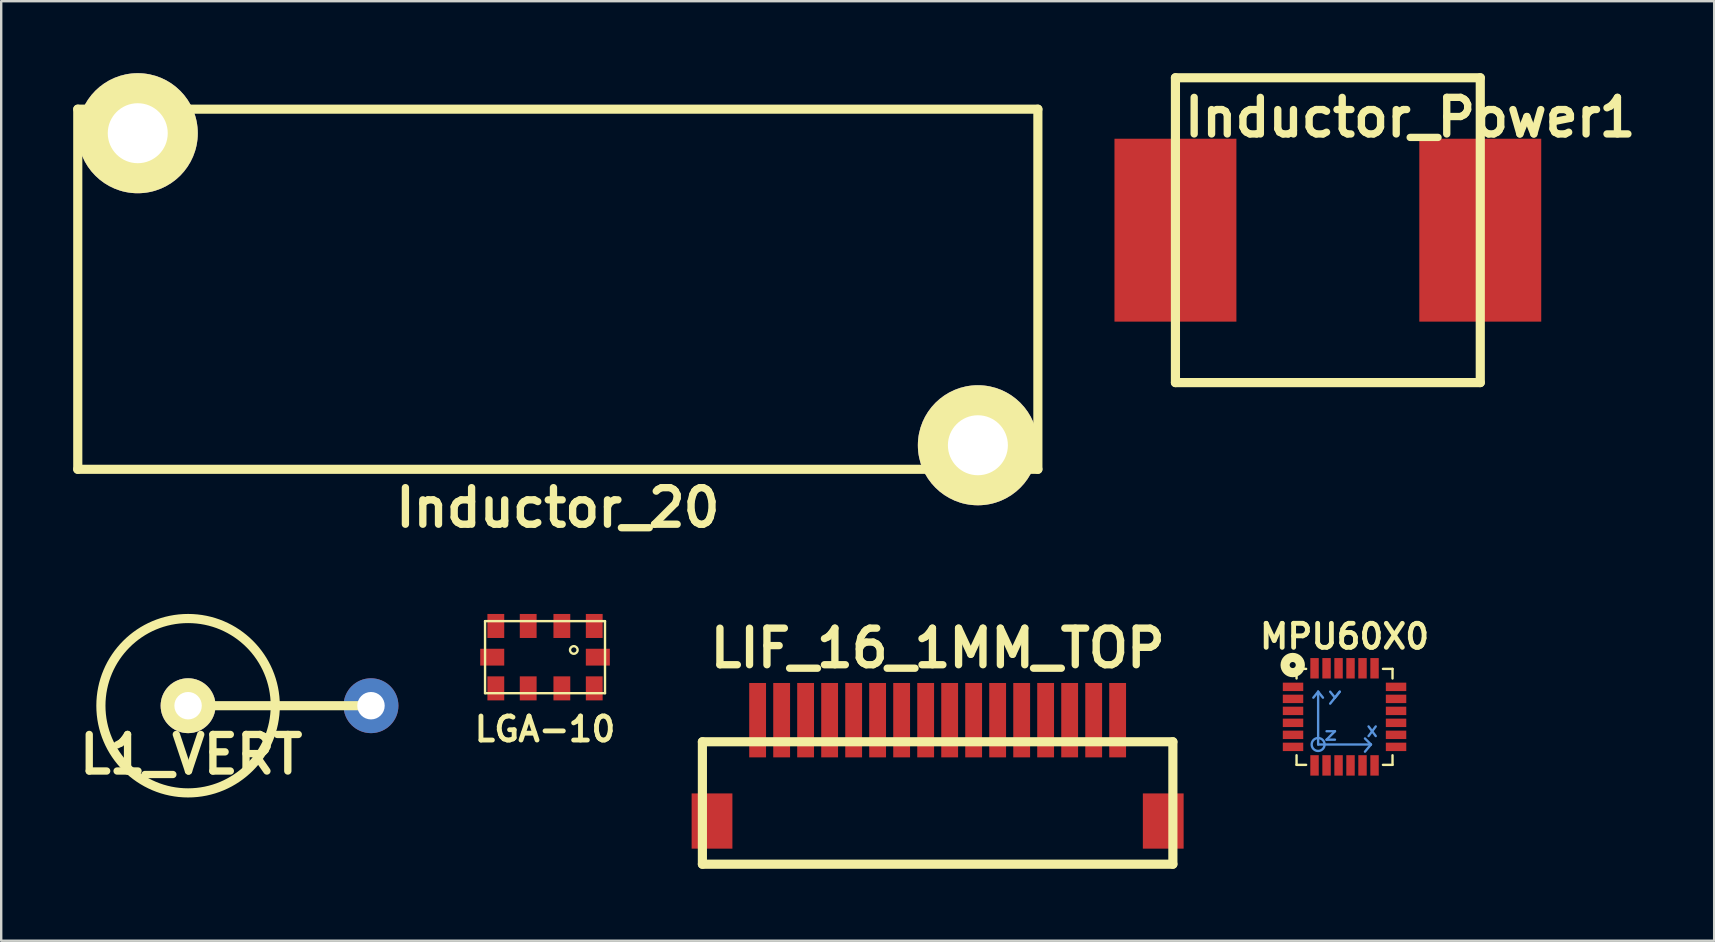
<source format=kicad_pcb>
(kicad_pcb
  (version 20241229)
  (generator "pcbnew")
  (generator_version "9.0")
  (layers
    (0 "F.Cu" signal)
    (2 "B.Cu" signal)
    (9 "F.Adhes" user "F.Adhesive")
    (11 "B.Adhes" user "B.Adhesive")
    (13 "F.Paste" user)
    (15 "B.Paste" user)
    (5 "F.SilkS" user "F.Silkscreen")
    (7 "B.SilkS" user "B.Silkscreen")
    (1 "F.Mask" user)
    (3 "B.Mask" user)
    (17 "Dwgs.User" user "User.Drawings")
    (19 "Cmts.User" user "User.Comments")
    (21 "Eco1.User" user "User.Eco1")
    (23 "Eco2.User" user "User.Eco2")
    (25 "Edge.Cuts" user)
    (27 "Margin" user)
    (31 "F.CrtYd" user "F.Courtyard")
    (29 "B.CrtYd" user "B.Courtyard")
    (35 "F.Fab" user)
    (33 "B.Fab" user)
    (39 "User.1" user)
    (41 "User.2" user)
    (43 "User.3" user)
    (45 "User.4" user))
  (footprint "LGA-10"
    (layer "F.Cu")
    (at 19.657 24.329)
    (property "Reference" "LGA-10" (at 0 3 0) (layer "F.SilkS") (effects (font (size 1.001 1.001) (thickness 0.201))))
    (attr through_hole)
    (fp_line (start -2.499 -1.501) (end 2.499 -1.501) (stroke (width 0.099) (type solid)) (layer "F.SilkS"))
    (fp_line (start -2.499 1.501) (end -2.499 -1.501) (stroke (width 0.099) (type solid)) (layer "F.SilkS"))
    (fp_line (start 2.499 -1.501) (end 2.499 1.501) (stroke (width 0.099) (type solid)) (layer "F.SilkS"))
    (fp_line (start 2.499 1.501) (end -2.499 1.501) (stroke (width 0.099) (type solid)) (layer "F.SilkS"))
    (fp_circle (center 1.199 -0.3) (end 1.148 -0.15) (stroke (width 0.099) (type solid)) (fill no) (layer "F.SilkS"))
    (pad "1" smd rect (at 2.05 -1.3) (size 0.701 1.001) (layers "F.Cu" "F.Mask" "F.Paste"))
    (pad "2" smd rect (at 0.701 -1.3) (size 0.701 1.001) (layers "F.Cu" "F.Mask" "F.Paste"))
    (pad "3" smd rect (at -0.701 -1.3) (size 0.701 1.001) (layers "F.Cu" "F.Mask" "F.Paste"))
    (pad "4" smd rect (at -2.05 -1.3) (size 0.701 1.001) (layers "F.Cu" "F.Mask" "F.Paste"))
    (pad "5" smd rect (at -2.2 0 90) (size 0.701 1.001) (layers "F.Cu" "F.Mask" "F.Paste"))
    (pad "6" smd rect (at -2.05 1.3 180) (size 0.701 1.001) (layers "F.Cu" "F.Mask" "F.Paste"))
    (pad "7" smd rect (at -0.701 1.3 180) (size 0.701 1.001) (layers "F.Cu" "F.Mask" "F.Paste"))
    (pad "8" smd rect (at 0.701 1.3 180) (size 0.701 1.001) (layers "F.Cu" "F.Mask" "F.Paste"))
    (pad "9" smd rect (at 2.05 1.3 180) (size 0.701 1.001) (layers "F.Cu" "F.Mask" "F.Paste"))
    (pad "10" smd rect (at 2.2 0 270) (size 0.701 1.001) (layers "F.Cu" "F.Mask" "F.Paste")))
  (footprint "MPU60X0"
    (layer "F.Cu")
    (at 52.966 26.816)
    (property "Reference" "MPU60X0" (at 0 -3.35 0) (layer "F.SilkS") (effects (font (size 1.001 1.001) (thickness 0.201))))
    (attr through_hole)
    (fp_line (start -1.999 -1.999) (end -1.999 -1.6) (stroke (width 0.099) (type solid)) (layer "F.SilkS"))
    (fp_line (start -1.999 1.999) (end -1.999 1.6) (stroke (width 0.099) (type solid)) (layer "F.SilkS"))
    (fp_line (start -1.6 -1.999) (end -1.999 -1.999) (stroke (width 0.099) (type solid)) (layer "F.SilkS"))
    (fp_line (start -1.6 1.999) (end -1.999 1.999) (stroke (width 0.099) (type solid)) (layer "F.SilkS"))
    (fp_line (start 1.6 -1.999) (end 1.999 -1.999) (stroke (width 0.099) (type solid)) (layer "F.SilkS"))
    (fp_line (start 1.999 -1.999) (end 1.999 -1.6) (stroke (width 0.099) (type solid)) (layer "F.SilkS"))
    (fp_line (start 1.999 1.6) (end 1.999 1.999) (stroke (width 0.099) (type solid)) (layer "F.SilkS"))
    (fp_line (start 1.999 1.999) (end 1.6 1.999) (stroke (width 0.099) (type solid)) (layer "F.SilkS"))
    (fp_circle (center -2.159 -2.159) (end -2.159 -2.032) (stroke (width 0.381) (type solid)) (fill no) (layer "F.SilkS"))
    (fp_line (start -1.1 -1.049) (end -1.3 -0.8) (stroke (width 0.099) (type solid)) (layer "Cmts.User"))
    (fp_line (start -1.1 -1.049) (end -1.1 1.151) (stroke (width 0.099) (type solid)) (layer "Cmts.User"))
    (fp_line (start -1.1 -1.049) (end -0.899 -0.8) (stroke (width 0.099) (type solid)) (layer "Cmts.User"))
    (fp_line (start -1.1 1.151) (end 1.1 1.151) (stroke (width 0.099) (type solid)) (layer "Cmts.User"))
    (fp_line (start -0.749 0.599) (end -0.399 0.599) (stroke (width 0.099) (type solid)) (layer "Cmts.User"))
    (fp_line (start -0.749 0.95) (end -0.399 0.95) (stroke (width 0.099) (type solid)) (layer "Cmts.User"))
    (fp_line (start -0.599 -1.049) (end -0.399 -0.8) (stroke (width 0.099) (type solid)) (layer "Cmts.User"))
    (fp_line (start -0.399 -0.8) (end -0.201 -1.049) (stroke (width 0.099) (type solid)) (layer "Cmts.User"))
    (fp_line (start -0.399 0.599) (end -0.749 0.95) (stroke (width 0.099) (type solid)) (layer "Cmts.User"))
    (fp_line (start -0.201 -1.049) (end -0.599 -0.551) (stroke (width 0.099) (type solid)) (layer "Cmts.User"))
    (fp_line (start 0.851 1.45) (end 1.1 1.151) (stroke (width 0.099) (type solid)) (layer "Cmts.User"))
    (fp_line (start 1.001 0.399) (end 1.3 0.8) (stroke (width 0.099) (type solid)) (layer "Cmts.User"))
    (fp_line (start 1.001 0.8) (end 1.3 0.399) (stroke (width 0.099) (type solid)) (layer "Cmts.User"))
    (fp_line (start 1.1 1.151) (end 0.851 0.899) (stroke (width 0.099) (type solid)) (layer "Cmts.User"))
    (fp_circle (center -1.1 1.151) (end -0.851 1.049) (stroke (width 0.099) (type solid)) (fill no) (layer "Cmts.User"))
    (pad "1" smd rect (at -2.146 -1.25) (size 0.851 0.351) (layers "F.Cu" "F.Mask" "F.Paste"))
    (pad "2" smd rect (at -2.146 -0.749) (size 0.851 0.351) (layers "F.Cu" "F.Mask" "F.Paste"))
    (pad "3" smd rect (at -2.146 -0.249) (size 0.851 0.351) (layers "F.Cu" "F.Mask" "F.Paste"))
    (pad "4" smd rect (at -2.146 0.249) (size 0.851 0.351) (layers "F.Cu" "F.Mask" "F.Paste"))
    (pad "5" smd rect (at -2.146 0.749) (size 0.851 0.351) (layers "F.Cu" "F.Mask" "F.Paste"))
    (pad "6" smd rect (at -2.146 1.25) (size 0.851 0.351) (layers "F.Cu" "F.Mask" "F.Paste"))
    (pad "7" smd rect (at -1.25 2.022 90) (size 0.851 0.351) (layers "F.Cu" "F.Mask" "F.Paste"))
    (pad "8" smd rect (at -0.749 2.022 90) (size 0.851 0.351) (layers "F.Cu" "F.Mask" "F.Paste"))
    (pad "9" smd rect (at -0.249 2.022 90) (size 0.851 0.351) (layers "F.Cu" "F.Mask" "F.Paste"))
    (pad "10" smd rect (at 0.249 2.022 90) (size 0.851 0.351) (layers "F.Cu" "F.Mask" "F.Paste"))
    (pad "11" smd rect (at 0.749 2.022 90) (size 0.851 0.351) (layers "F.Cu" "F.Mask" "F.Paste"))
    (pad "12" smd rect (at 1.25 2.022 90) (size 0.851 0.351) (layers "F.Cu" "F.Mask" "F.Paste"))
    (pad "13" smd rect (at 2.146 1.25) (size 0.851 0.351) (layers "F.Cu" "F.Mask" "F.Paste"))
    (pad "14" smd rect (at 2.146 0.749) (size 0.851 0.351) (layers "F.Cu" "F.Mask" "F.Paste"))
    (pad "15" smd rect (at 2.146 0.249) (size 0.851 0.351) (layers "F.Cu" "F.Mask" "F.Paste"))
    (pad "16" smd rect (at 2.146 -0.249) (size 0.851 0.351) (layers "F.Cu" "F.Mask" "F.Paste"))
    (pad "17" smd rect (at 2.146 -0.749) (size 0.851 0.351) (layers "F.Cu" "F.Mask" "F.Paste"))
    (pad "18" smd rect (at 2.146 -1.25) (size 0.851 0.351) (layers "F.Cu" "F.Mask" "F.Paste"))
    (pad "19" smd rect (at 1.25 -2.024 90) (size 0.851 0.351) (layers "F.Cu" "F.Mask" "F.Paste"))
    (pad "20" smd rect (at 0.749 -2.024 90) (size 0.851 0.351) (layers "F.Cu" "F.Mask" "F.Paste"))
    (pad "21" smd rect (at 0.249 -2.024 90) (size 0.851 0.351) (layers "F.Cu" "F.Mask" "F.Paste"))
    (pad "22" smd rect (at -0.249 -2.024 90) (size 0.851 0.351) (layers "F.Cu" "F.Mask" "F.Paste"))
    (pad "23" smd rect (at -0.749 -2.024 90) (size 0.851 0.351) (layers "F.Cu" "F.Mask" "F.Paste"))
    (pad "24" smd rect (at -1.25 -2.024 90) (size 0.851 0.351) (layers "F.Cu" "F.Mask" "F.Paste")))
  (footprint "LIF_16_1MM_TOP"
    (layer "F.Cu")
    (at 36.015 29.154)
    (property "Reference" "LIF_16_1MM_TOP" (at 0 -5.199 0) (layer "F.SilkS") (effects (font (size 1.524 1.524) (thickness 0.305))))
    (attr through_hole)
    (fp_line (start -9.802 -1.3) (end 9.799 -1.3) (stroke (width 0.381) (type solid)) (layer "F.SilkS"))
    (fp_line (start -9.802 3.8) (end -9.802 -1.3) (stroke (width 0.381) (type solid)) (layer "F.SilkS"))
    (fp_line (start 9.799 -1.3) (end 9.799 3.8) (stroke (width 0.381) (type solid)) (layer "F.SilkS"))
    (fp_line (start 9.799 3.8) (end -9.802 3.8) (stroke (width 0.381) (type solid)) (layer "F.SilkS"))
    (pad "1" smd rect (at 7.498 -2.2) (size 0.701 3.099) (layers "F.Cu" "F.Mask" "F.Paste"))
    (pad "2" smd rect (at 6.5 -2.2) (size 0.701 3.099) (layers "F.Cu" "F.Mask" "F.Paste"))
    (pad "3" smd rect (at 5.499 -2.2) (size 0.701 3.099) (layers "F.Cu" "F.Mask" "F.Paste"))
    (pad "4" smd rect (at 4.498 -2.2) (size 0.701 3.099) (layers "F.Cu" "F.Mask" "F.Paste"))
    (pad "5" smd rect (at 3.5 -2.2) (size 0.701 3.099) (layers "F.Cu" "F.Mask" "F.Paste"))
    (pad "6" smd rect (at 2.499 -2.2) (size 0.701 3.099) (layers "F.Cu" "F.Mask" "F.Paste"))
    (pad "7" smd rect (at 1.499 -2.2) (size 0.701 3.099) (layers "F.Cu" "F.Mask" "F.Paste"))
    (pad "8" smd rect (at 0.5 -2.2) (size 0.701 3.099) (layers "F.Cu" "F.Mask" "F.Paste"))
    (pad "9" smd rect (at -0.5 -2.2) (size 0.701 3.099) (layers "F.Cu" "F.Mask" "F.Paste"))
    (pad "10" smd rect (at -1.501 -2.2) (size 0.701 3.099) (layers "F.Cu" "F.Mask" "F.Paste"))
    (pad "11" smd rect (at -2.502 -2.2) (size 0.701 3.099) (layers "F.Cu" "F.Mask" "F.Paste"))
    (pad "12" smd rect (at -3.5 -2.2) (size 0.701 3.099) (layers "F.Cu" "F.Mask" "F.Paste"))
    (pad "13" smd rect (at -4.501 -2.2) (size 0.701 3.099) (layers "F.Cu" "F.Mask" "F.Paste"))
    (pad "14" smd rect (at -5.502 -2.2) (size 0.701 3.099) (layers "F.Cu" "F.Mask" "F.Paste"))
    (pad "15" smd rect (at -6.5 -2.2) (size 0.701 3.099) (layers "F.Cu" "F.Mask" "F.Paste"))
    (pad "16" smd rect (at -7.501 -2.2) (size 0.701 3.099) (layers "F.Cu" "F.Mask" "F.Paste"))
    (pad "17" smd rect (at -9.401 2.002) (size 1.699 2.301) (layers "F.Cu" "F.Mask" "F.Paste"))
    (pad "18" smd rect (at 9.398 2.002) (size 1.699 2.301) (layers "F.Cu" "F.Mask" "F.Paste")))
  (footprint "L1_VERT"
    (layer "F.Cu")
    (at 8.596 26.351)
    (property "Reference" "L1_VERT" (at -3.683 2.032 0) (layer "F.SilkS") (effects (font (size 1.524 1.524) (thickness 0.305))))
    (attr through_hole)
    (fp_line (start -3.81 0) (end 3.81 0) (stroke (width 0.381) (type solid)) (layer "F.SilkS"))
    (fp_circle (center -3.81 0) (end -0.889 2.159) (stroke (width 0.381) (type solid)) (fill no) (layer "F.SilkS"))
    (pad "1" thru_hole circle (at -3.81 0) (size 2.286 2.286) (drill 1.143) (layers "*.Cu" "*.Mask" "F.SilkS"))
    (pad "2" thru_hole circle (at 3.81 0) (size 2.286 2.286) (drill 1.143) (layers "*.Cu" "*.Mask")))
  (footprint "Inductor_Power1"
    (layer "F.Cu")
    (at 52.271 6.54)
    (property "Reference" "Inductor_Power1" (at 3.429 -4.699 0) (layer "F.SilkS") (effects (font (size 1.524 1.524) (thickness 0.305))))
    (attr through_hole)
    (fp_line (start -6.35 -6.35) (end 6.35 -6.35) (stroke (width 0.381) (type solid)) (layer "F.SilkS"))
    (fp_line (start -6.35 6.35) (end -6.35 -6.35) (stroke (width 0.381) (type solid)) (layer "F.SilkS"))
    (fp_line (start 6.35 -6.35) (end 6.35 6.35) (stroke (width 0.381) (type solid)) (layer "F.SilkS"))
    (fp_line (start 6.35 6.35) (end -6.35 6.35) (stroke (width 0.381) (type solid)) (layer "F.SilkS"))
    (pad "1" smd rect (at -6.35 0) (size 5.08 7.62) (layers "F.Cu" "F.Mask" "F.Paste"))
    (pad "2" smd rect (at 6.35 0) (size 5.08 7.62) (layers "F.Cu" "F.Mask" "F.Paste")))
  (footprint "Inductor_20"
    (layer "F.Cu")
    (at 20.19 9)
    (property "Reference" "Inductor_20" (at 0 9.101 0) (layer "F.SilkS") (effects (font (size 1.524 1.524) (thickness 0.305))))
    (attr through_hole)
    (fp_line (start -20 -7.501) (end 20 -7.501) (stroke (width 0.381) (type solid)) (layer "F.SilkS"))
    (fp_line (start -20 7.501) (end -20 -7.501) (stroke (width 0.381) (type solid)) (layer "F.SilkS"))
    (fp_line (start 20 -7.501) (end 20 7.501) (stroke (width 0.381) (type solid)) (layer "F.SilkS"))
    (fp_line (start 20 7.501) (end -20 7.501) (stroke (width 0.381) (type solid)) (layer "F.SilkS"))
    (pad "1" thru_hole circle (at -17.501 -6.5) (size 5.001 5.001) (drill 2.499) (layers "*.Cu" "*.Mask" "F.SilkS"))
    (pad "2" thru_hole circle (at 17.501 6.5) (size 5.001 5.001) (drill 2.499) (layers "*.Cu" "*.Mask" "F.SilkS")))
  (gr_rect
    (start -3 -3)
    (end 68.366 36.144)
    (stroke (width 0.1) (type default))
    (fill no)
    (layer "Edge.Cuts")))
</source>
